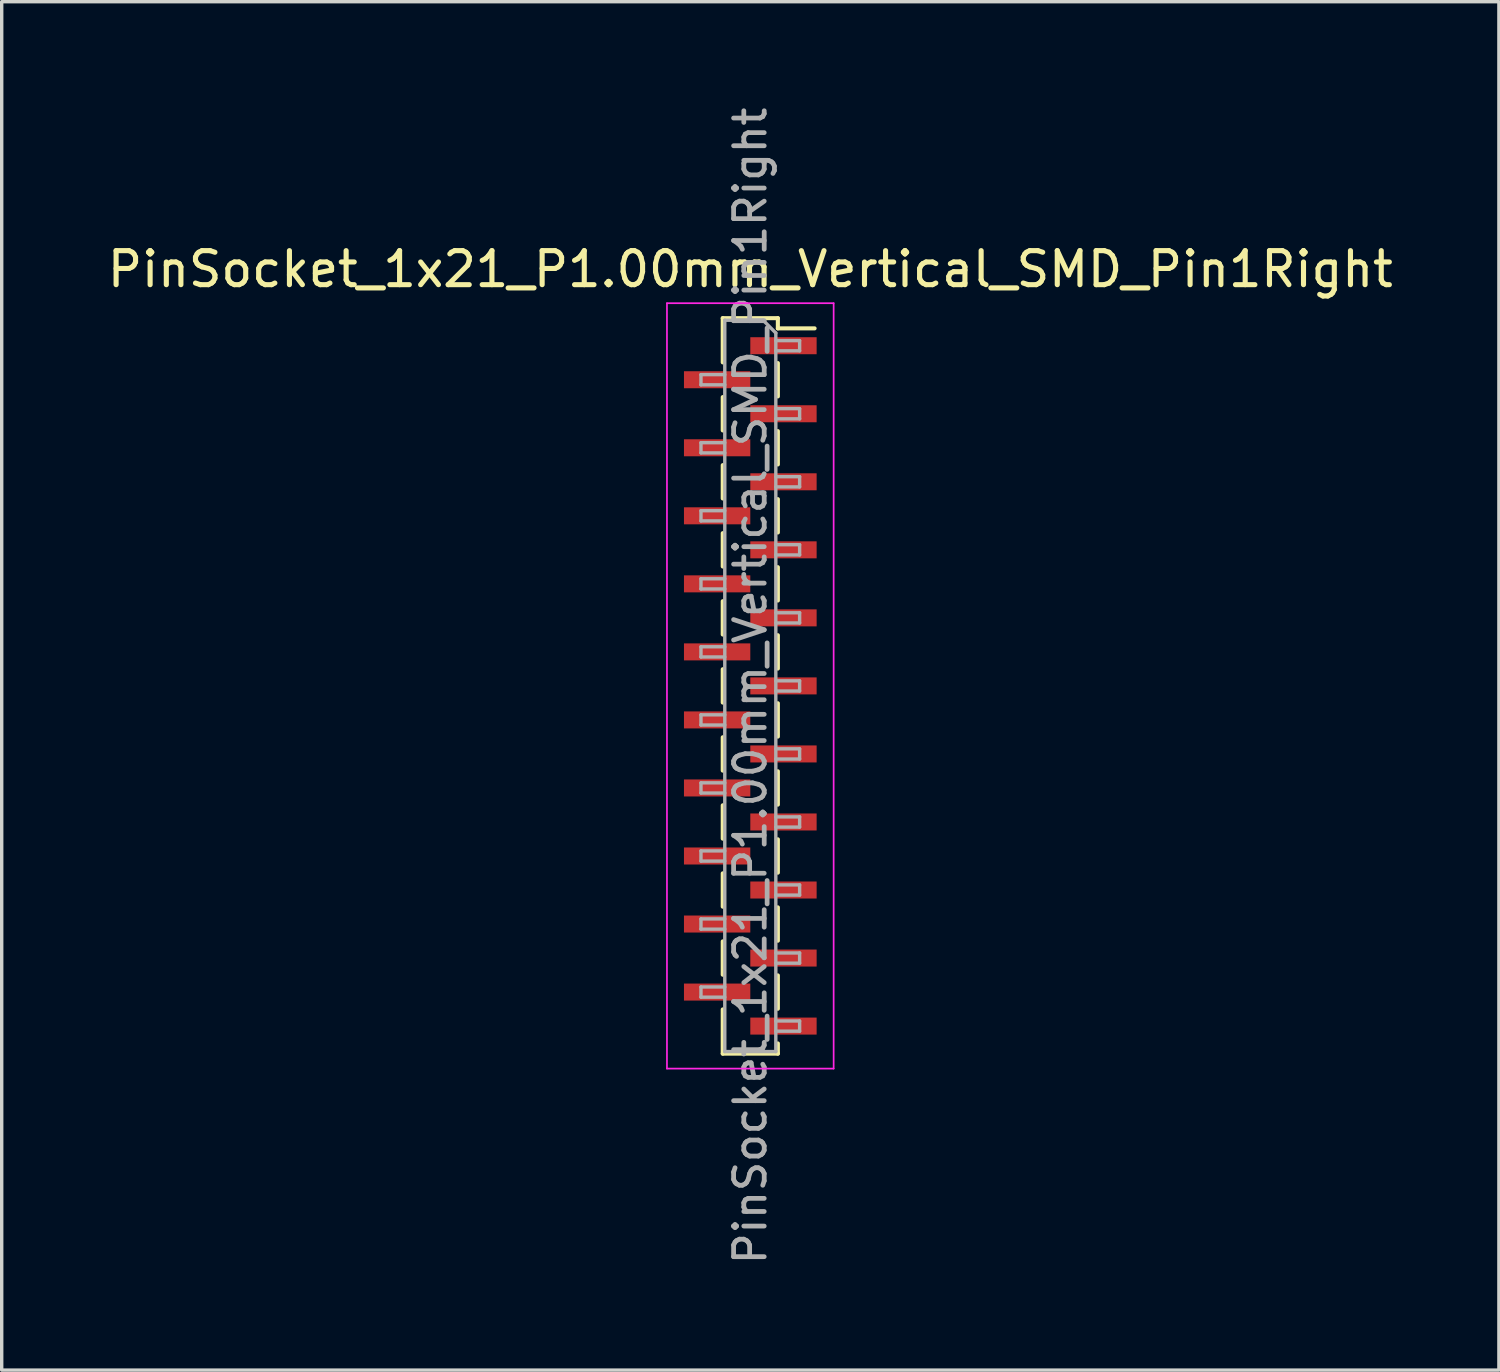
<source format=kicad_pcb>
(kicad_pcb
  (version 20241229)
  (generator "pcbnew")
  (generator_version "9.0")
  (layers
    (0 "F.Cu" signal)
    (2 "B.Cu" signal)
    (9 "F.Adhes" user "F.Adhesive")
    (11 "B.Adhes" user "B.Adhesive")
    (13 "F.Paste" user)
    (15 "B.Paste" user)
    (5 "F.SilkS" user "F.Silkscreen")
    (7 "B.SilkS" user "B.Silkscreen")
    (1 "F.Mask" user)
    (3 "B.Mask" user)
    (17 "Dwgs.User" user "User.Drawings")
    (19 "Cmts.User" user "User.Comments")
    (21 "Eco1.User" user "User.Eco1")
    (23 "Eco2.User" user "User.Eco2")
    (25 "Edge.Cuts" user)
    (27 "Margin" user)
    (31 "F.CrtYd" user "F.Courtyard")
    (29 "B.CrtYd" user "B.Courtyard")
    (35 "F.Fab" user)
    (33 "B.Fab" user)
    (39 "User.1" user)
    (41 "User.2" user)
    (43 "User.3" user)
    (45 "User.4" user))
  (footprint "PinSocket_1x21_P1.00mm_Vertical_SMD_Pin1Right"
    (layer "F.Cu")
    (at 19.006 17.113)
    (property "Reference" "PinSocket_1x21_P1.00mm_Vertical_SMD_Pin1Right" (at 0 -12.25 0) (layer "F.SilkS") (effects (font (size 1 1) (thickness 0.15))))
    (attr smd)
    (fp_line (start -0.81 -10.81) (end -0.81 -9.51) (stroke (width 0.12) (type solid)) (layer "F.SilkS"))
    (fp_line (start -0.81 -10.81) (end 0.81 -10.81) (stroke (width 0.12) (type solid)) (layer "F.SilkS"))
    (fp_line (start -0.81 -8.49) (end -0.81 -7.51) (stroke (width 0.12) (type solid)) (layer "F.SilkS"))
    (fp_line (start -0.81 -6.49) (end -0.81 -5.51) (stroke (width 0.12) (type solid)) (layer "F.SilkS"))
    (fp_line (start -0.81 -4.49) (end -0.81 -3.51) (stroke (width 0.12) (type solid)) (layer "F.SilkS"))
    (fp_line (start -0.81 -2.49) (end -0.81 -1.51) (stroke (width 0.12) (type solid)) (layer "F.SilkS"))
    (fp_line (start -0.81 -0.49) (end -0.81 0.49) (stroke (width 0.12) (type solid)) (layer "F.SilkS"))
    (fp_line (start -0.81 1.51) (end -0.81 2.49) (stroke (width 0.12) (type solid)) (layer "F.SilkS"))
    (fp_line (start -0.81 3.51) (end -0.81 4.49) (stroke (width 0.12) (type solid)) (layer "F.SilkS"))
    (fp_line (start -0.81 5.51) (end -0.81 6.49) (stroke (width 0.12) (type solid)) (layer "F.SilkS"))
    (fp_line (start -0.81 7.51) (end -0.81 8.49) (stroke (width 0.12) (type solid)) (layer "F.SilkS"))
    (fp_line (start -0.81 9.51) (end -0.81 10.81) (stroke (width 0.12) (type solid)) (layer "F.SilkS"))
    (fp_line (start -0.81 10.81) (end 0.81 10.81) (stroke (width 0.12) (type solid)) (layer "F.SilkS"))
    (fp_line (start 0.81 -10.81) (end 0.81 -10.51) (stroke (width 0.12) (type solid)) (layer "F.SilkS"))
    (fp_line (start 0.81 -10.51) (end 1.89 -10.51) (stroke (width 0.12) (type solid)) (layer "F.SilkS"))
    (fp_line (start 0.81 -9.49) (end 0.81 -8.51) (stroke (width 0.12) (type solid)) (layer "F.SilkS"))
    (fp_line (start 0.81 -7.49) (end 0.81 -6.51) (stroke (width 0.12) (type solid)) (layer "F.SilkS"))
    (fp_line (start 0.81 -5.49) (end 0.81 -4.51) (stroke (width 0.12) (type solid)) (layer "F.SilkS"))
    (fp_line (start 0.81 -3.49) (end 0.81 -2.51) (stroke (width 0.12) (type solid)) (layer "F.SilkS"))
    (fp_line (start 0.81 -1.49) (end 0.81 -0.51) (stroke (width 0.12) (type solid)) (layer "F.SilkS"))
    (fp_line (start 0.81 0.51) (end 0.81 1.49) (stroke (width 0.12) (type solid)) (layer "F.SilkS"))
    (fp_line (start 0.81 2.51) (end 0.81 3.49) (stroke (width 0.12) (type solid)) (layer "F.SilkS"))
    (fp_line (start 0.81 4.51) (end 0.81 5.49) (stroke (width 0.12) (type solid)) (layer "F.SilkS"))
    (fp_line (start 0.81 6.51) (end 0.81 7.49) (stroke (width 0.12) (type solid)) (layer "F.SilkS"))
    (fp_line (start 0.81 8.51) (end 0.81 9.49) (stroke (width 0.12) (type solid)) (layer "F.SilkS"))
    (fp_line (start 0.81 10.51) (end 0.81 10.81) (stroke (width 0.12) (type solid)) (layer "F.SilkS"))
    (fp_line (start -2.45 -11.25) (end 2.45 -11.25) (stroke (width 0.05) (type solid)) (layer "F.CrtYd"))
    (fp_line (start -2.45 11.25) (end -2.45 -11.25) (stroke (width 0.05) (type solid)) (layer "F.CrtYd"))
    (fp_line (start 2.45 -11.25) (end 2.45 11.25) (stroke (width 0.05) (type solid)) (layer "F.CrtYd"))
    (fp_line (start 2.45 11.25) (end -2.45 11.25) (stroke (width 0.05) (type solid)) (layer "F.CrtYd"))
    (fp_line (start -1.45 -9.15) (end -0.75 -9.15) (stroke (width 0.1) (type solid)) (layer "F.Fab"))
    (fp_line (start -1.45 -8.85) (end -1.45 -9.15) (stroke (width 0.1) (type solid)) (layer "F.Fab"))
    (fp_line (start -1.45 -7.15) (end -0.75 -7.15) (stroke (width 0.1) (type solid)) (layer "F.Fab"))
    (fp_line (start -1.45 -6.85) (end -1.45 -7.15) (stroke (width 0.1) (type solid)) (layer "F.Fab"))
    (fp_line (start -1.45 -5.15) (end -0.75 -5.15) (stroke (width 0.1) (type solid)) (layer "F.Fab"))
    (fp_line (start -1.45 -4.85) (end -1.45 -5.15) (stroke (width 0.1) (type solid)) (layer "F.Fab"))
    (fp_line (start -1.45 -3.15) (end -0.75 -3.15) (stroke (width 0.1) (type solid)) (layer "F.Fab"))
    (fp_line (start -1.45 -2.85) (end -1.45 -3.15) (stroke (width 0.1) (type solid)) (layer "F.Fab"))
    (fp_line (start -1.45 -1.15) (end -0.75 -1.15) (stroke (width 0.1) (type solid)) (layer "F.Fab"))
    (fp_line (start -1.45 -0.85) (end -1.45 -1.15) (stroke (width 0.1) (type solid)) (layer "F.Fab"))
    (fp_line (start -1.45 0.85) (end -0.75 0.85) (stroke (width 0.1) (type solid)) (layer "F.Fab"))
    (fp_line (start -1.45 1.15) (end -1.45 0.85) (stroke (width 0.1) (type solid)) (layer "F.Fab"))
    (fp_line (start -1.45 2.85) (end -0.75 2.85) (stroke (width 0.1) (type solid)) (layer "F.Fab"))
    (fp_line (start -1.45 3.15) (end -1.45 2.85) (stroke (width 0.1) (type solid)) (layer "F.Fab"))
    (fp_line (start -1.45 4.85) (end -0.75 4.85) (stroke (width 0.1) (type solid)) (layer "F.Fab"))
    (fp_line (start -1.45 5.15) (end -1.45 4.85) (stroke (width 0.1) (type solid)) (layer "F.Fab"))
    (fp_line (start -1.45 6.85) (end -0.75 6.85) (stroke (width 0.1) (type solid)) (layer "F.Fab"))
    (fp_line (start -1.45 7.15) (end -1.45 6.85) (stroke (width 0.1) (type solid)) (layer "F.Fab"))
    (fp_line (start -1.45 8.85) (end -0.75 8.85) (stroke (width 0.1) (type solid)) (layer "F.Fab"))
    (fp_line (start -1.45 9.15) (end -1.45 8.85) (stroke (width 0.1) (type solid)) (layer "F.Fab"))
    (fp_line (start -0.75 -10.75) (end 0.375 -10.75) (stroke (width 0.1) (type solid)) (layer "F.Fab"))
    (fp_line (start -0.75 -8.85) (end -1.45 -8.85) (stroke (width 0.1) (type solid)) (layer "F.Fab"))
    (fp_line (start -0.75 -6.85) (end -1.45 -6.85) (stroke (width 0.1) (type solid)) (layer "F.Fab"))
    (fp_line (start -0.75 -4.85) (end -1.45 -4.85) (stroke (width 0.1) (type solid)) (layer "F.Fab"))
    (fp_line (start -0.75 -2.85) (end -1.45 -2.85) (stroke (width 0.1) (type solid)) (layer "F.Fab"))
    (fp_line (start -0.75 -0.85) (end -1.45 -0.85) (stroke (width 0.1) (type solid)) (layer "F.Fab"))
    (fp_line (start -0.75 1.15) (end -1.45 1.15) (stroke (width 0.1) (type solid)) (layer "F.Fab"))
    (fp_line (start -0.75 3.15) (end -1.45 3.15) (stroke (width 0.1) (type solid)) (layer "F.Fab"))
    (fp_line (start -0.75 5.15) (end -1.45 5.15) (stroke (width 0.1) (type solid)) (layer "F.Fab"))
    (fp_line (start -0.75 7.15) (end -1.45 7.15) (stroke (width 0.1) (type solid)) (layer "F.Fab"))
    (fp_line (start -0.75 9.15) (end -1.45 9.15) (stroke (width 0.1) (type solid)) (layer "F.Fab"))
    (fp_line (start -0.75 10.75) (end -0.75 -10.75) (stroke (width 0.1) (type solid)) (layer "F.Fab"))
    (fp_line (start 0.375 -10.75) (end 0.75 -10.375) (stroke (width 0.1) (type solid)) (layer "F.Fab"))
    (fp_line (start 0.75 -10.375) (end 0.75 10.75) (stroke (width 0.1) (type solid)) (layer "F.Fab"))
    (fp_line (start 0.75 -10.15) (end 1.45 -10.15) (stroke (width 0.1) (type solid)) (layer "F.Fab"))
    (fp_line (start 0.75 -8.15) (end 1.45 -8.15) (stroke (width 0.1) (type solid)) (layer "F.Fab"))
    (fp_line (start 0.75 -6.15) (end 1.45 -6.15) (stroke (width 0.1) (type solid)) (layer "F.Fab"))
    (fp_line (start 0.75 -4.15) (end 1.45 -4.15) (stroke (width 0.1) (type solid)) (layer "F.Fab"))
    (fp_line (start 0.75 -2.15) (end 1.45 -2.15) (stroke (width 0.1) (type solid)) (layer "F.Fab"))
    (fp_line (start 0.75 -0.15) (end 1.45 -0.15) (stroke (width 0.1) (type solid)) (layer "F.Fab"))
    (fp_line (start 0.75 1.85) (end 1.45 1.85) (stroke (width 0.1) (type solid)) (layer "F.Fab"))
    (fp_line (start 0.75 3.85) (end 1.45 3.85) (stroke (width 0.1) (type solid)) (layer "F.Fab"))
    (fp_line (start 0.75 5.85) (end 1.45 5.85) (stroke (width 0.1) (type solid)) (layer "F.Fab"))
    (fp_line (start 0.75 7.85) (end 1.45 7.85) (stroke (width 0.1) (type solid)) (layer "F.Fab"))
    (fp_line (start 0.75 9.85) (end 1.45 9.85) (stroke (width 0.1) (type solid)) (layer "F.Fab"))
    (fp_line (start 0.75 10.75) (end -0.75 10.75) (stroke (width 0.1) (type solid)) (layer "F.Fab"))
    (fp_line (start 1.45 -10.15) (end 1.45 -9.85) (stroke (width 0.1) (type solid)) (layer "F.Fab"))
    (fp_line (start 1.45 -9.85) (end 0.75 -9.85) (stroke (width 0.1) (type solid)) (layer "F.Fab"))
    (fp_line (start 1.45 -8.15) (end 1.45 -7.85) (stroke (width 0.1) (type solid)) (layer "F.Fab"))
    (fp_line (start 1.45 -7.85) (end 0.75 -7.85) (stroke (width 0.1) (type solid)) (layer "F.Fab"))
    (fp_line (start 1.45 -6.15) (end 1.45 -5.85) (stroke (width 0.1) (type solid)) (layer "F.Fab"))
    (fp_line (start 1.45 -5.85) (end 0.75 -5.85) (stroke (width 0.1) (type solid)) (layer "F.Fab"))
    (fp_line (start 1.45 -4.15) (end 1.45 -3.85) (stroke (width 0.1) (type solid)) (layer "F.Fab"))
    (fp_line (start 1.45 -3.85) (end 0.75 -3.85) (stroke (width 0.1) (type solid)) (layer "F.Fab"))
    (fp_line (start 1.45 -2.15) (end 1.45 -1.85) (stroke (width 0.1) (type solid)) (layer "F.Fab"))
    (fp_line (start 1.45 -1.85) (end 0.75 -1.85) (stroke (width 0.1) (type solid)) (layer "F.Fab"))
    (fp_line (start 1.45 -0.15) (end 1.45 0.15) (stroke (width 0.1) (type solid)) (layer "F.Fab"))
    (fp_line (start 1.45 0.15) (end 0.75 0.15) (stroke (width 0.1) (type solid)) (layer "F.Fab"))
    (fp_line (start 1.45 1.85) (end 1.45 2.15) (stroke (width 0.1) (type solid)) (layer "F.Fab"))
    (fp_line (start 1.45 2.15) (end 0.75 2.15) (stroke (width 0.1) (type solid)) (layer "F.Fab"))
    (fp_line (start 1.45 3.85) (end 1.45 4.15) (stroke (width 0.1) (type solid)) (layer "F.Fab"))
    (fp_line (start 1.45 4.15) (end 0.75 4.15) (stroke (width 0.1) (type solid)) (layer "F.Fab"))
    (fp_line (start 1.45 5.85) (end 1.45 6.15) (stroke (width 0.1) (type solid)) (layer "F.Fab"))
    (fp_line (start 1.45 6.15) (end 0.75 6.15) (stroke (width 0.1) (type solid)) (layer "F.Fab"))
    (fp_line (start 1.45 7.85) (end 1.45 8.15) (stroke (width 0.1) (type solid)) (layer "F.Fab"))
    (fp_line (start 1.45 8.15) (end 0.75 8.15) (stroke (width 0.1) (type solid)) (layer "F.Fab"))
    (fp_line (start 1.45 9.85) (end 1.45 10.15) (stroke (width 0.1) (type solid)) (layer "F.Fab"))
    (fp_line (start 1.45 10.15) (end 0.75 10.15) (stroke (width 0.1) (type solid)) (layer "F.Fab"))
    (fp_text user "${REFERENCE}" (at 0 0 90) (layer "F.Fab") (effects (font (size 0.9 0.9) (thickness 0.14))))
    (pad "1" smd rect (at 0.975 -10) (size 1.95 0.5) (layers "F.Cu" "F.Mask" "F.Paste"))
    (pad "2" smd rect (at -0.975 -9) (size 1.95 0.5) (layers "F.Cu" "F.Mask" "F.Paste"))
    (pad "3" smd rect (at 0.975 -8) (size 1.95 0.5) (layers "F.Cu" "F.Mask" "F.Paste"))
    (pad "4" smd rect (at -0.975 -7) (size 1.95 0.5) (layers "F.Cu" "F.Mask" "F.Paste"))
    (pad "5" smd rect (at 0.975 -6) (size 1.95 0.5) (layers "F.Cu" "F.Mask" "F.Paste"))
    (pad "6" smd rect (at -0.975 -5) (size 1.95 0.5) (layers "F.Cu" "F.Mask" "F.Paste"))
    (pad "7" smd rect (at 0.975 -4) (size 1.95 0.5) (layers "F.Cu" "F.Mask" "F.Paste"))
    (pad "8" smd rect (at -0.975 -3) (size 1.95 0.5) (layers "F.Cu" "F.Mask" "F.Paste"))
    (pad "9" smd rect (at 0.975 -2) (size 1.95 0.5) (layers "F.Cu" "F.Mask" "F.Paste"))
    (pad "10" smd rect (at -0.975 -1) (size 1.95 0.5) (layers "F.Cu" "F.Mask" "F.Paste"))
    (pad "11" smd rect (at 0.975 0) (size 1.95 0.5) (layers "F.Cu" "F.Mask" "F.Paste"))
    (pad "12" smd rect (at -0.975 1) (size 1.95 0.5) (layers "F.Cu" "F.Mask" "F.Paste"))
    (pad "13" smd rect (at 0.975 2) (size 1.95 0.5) (layers "F.Cu" "F.Mask" "F.Paste"))
    (pad "14" smd rect (at -0.975 3) (size 1.95 0.5) (layers "F.Cu" "F.Mask" "F.Paste"))
    (pad "15" smd rect (at 0.975 4) (size 1.95 0.5) (layers "F.Cu" "F.Mask" "F.Paste"))
    (pad "16" smd rect (at -0.975 5) (size 1.95 0.5) (layers "F.Cu" "F.Mask" "F.Paste"))
    (pad "17" smd rect (at 0.975 6) (size 1.95 0.5) (layers "F.Cu" "F.Mask" "F.Paste"))
    (pad "18" smd rect (at -0.975 7) (size 1.95 0.5) (layers "F.Cu" "F.Mask" "F.Paste"))
    (pad "19" smd rect (at 0.975 8) (size 1.95 0.5) (layers "F.Cu" "F.Mask" "F.Paste"))
    (pad "20" smd rect (at -0.975 9) (size 1.95 0.5) (layers "F.Cu" "F.Mask" "F.Paste"))
    (pad "21" smd rect (at 0.975 10) (size 1.95 0.5) (layers "F.Cu" "F.Mask" "F.Paste")))
  (gr_rect
    (start -3 -3)
    (end 41.012 37.226)
    (stroke (width 0.1) (type default))
    (fill no)
    (layer "Edge.Cuts")))
</source>
